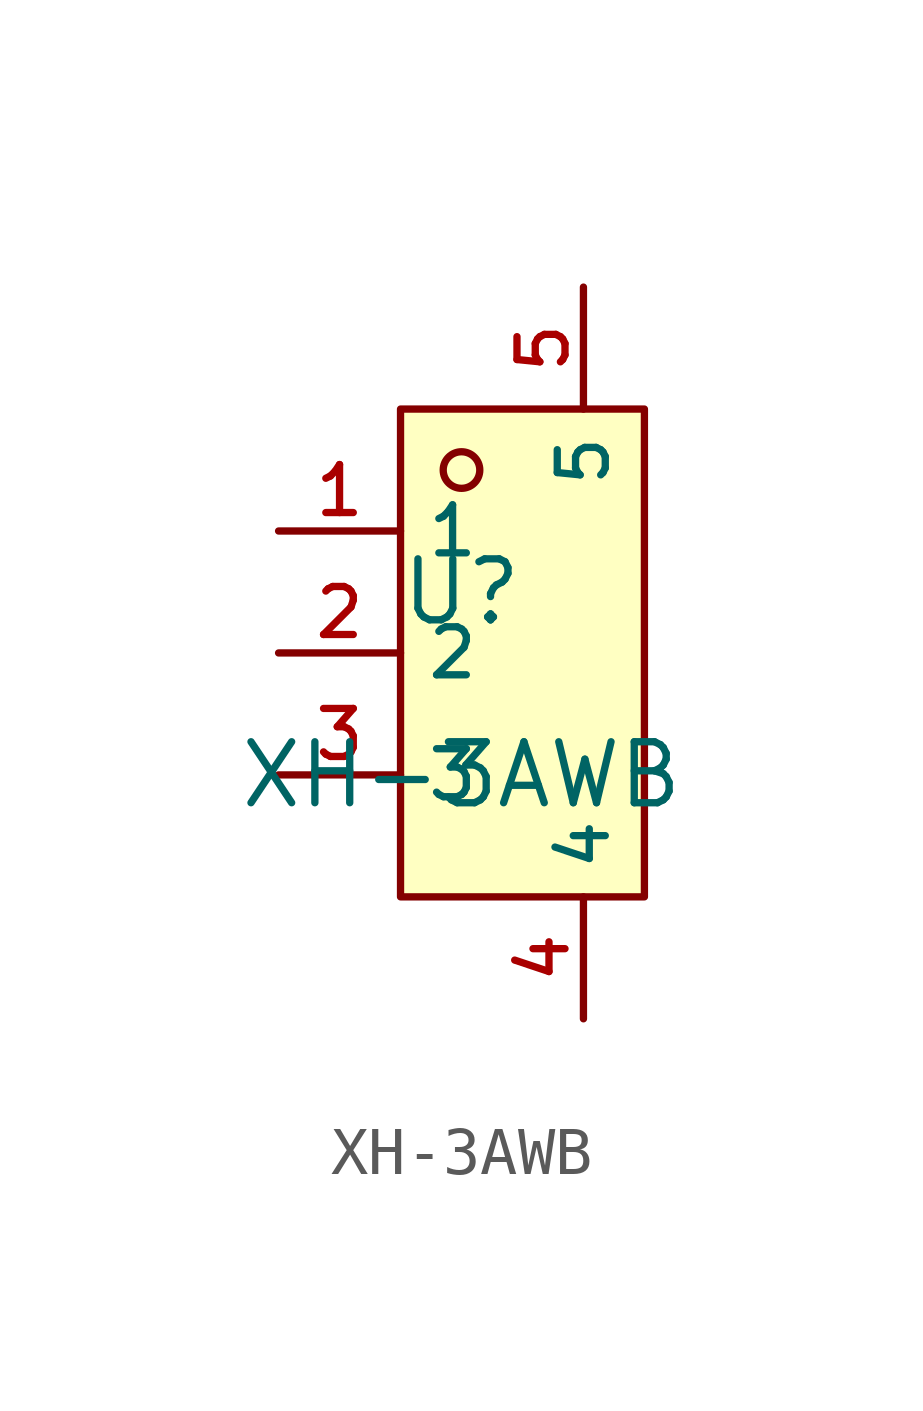
<source format=kicad_sym>
(kicad_symbol_lib
  (version 20210201)
  (generator TousstNicolas/JLC2KiCad_lib)
  (symbol "XH-3AWB"
    (property "Reference" "U"
      (at 0 1.27 0)
      (effects (font (size 1.27 1.27))))
    (property "Value" "XH-3AWB"
      (at 0 -2.54 0)
      (effects (font (size 1.27 1.27))))
    (symbol "XH-3AWB_0_1"
      (rectangle (start -1.27 5.08) (end 3.81 -5.08) (stroke (width 0) (type default) (color 0 0 0 0)) (fill (type background)))
      (circle (center 0.0 3.81) (radius 0.381) (stroke (width 0) (type default) (color 0 0 0 0)) (fill (type background)))
      (pin unspecified line (at -3.81 2.54 0) (length 2.54) (name "1" (effects (font (size 1 1)))) (number "1" (effects (font (size 1 1)))))
      (pin unspecified line (at -3.81 -0.0 0) (length 2.54) (name "2" (effects (font (size 1 1)))) (number "2" (effects (font (size 1 1)))))
      (pin unspecified line (at -3.81 -2.54 0) (length 2.54) (name "3" (effects (font (size 1 1)))) (number "3" (effects (font (size 1 1)))))
      (pin unspecified line (at 2.54 -7.62 90) (length 2.54) (name "4" (effects (font (size 1 1)))) (number "4" (effects (font (size 1 1)))))
      (pin unspecified line (at 2.54 7.62 270) (length 2.54) (name "5" (effects (font (size 1 1)))) (number "5" (effects (font (size 1 1))))))))
</source>
